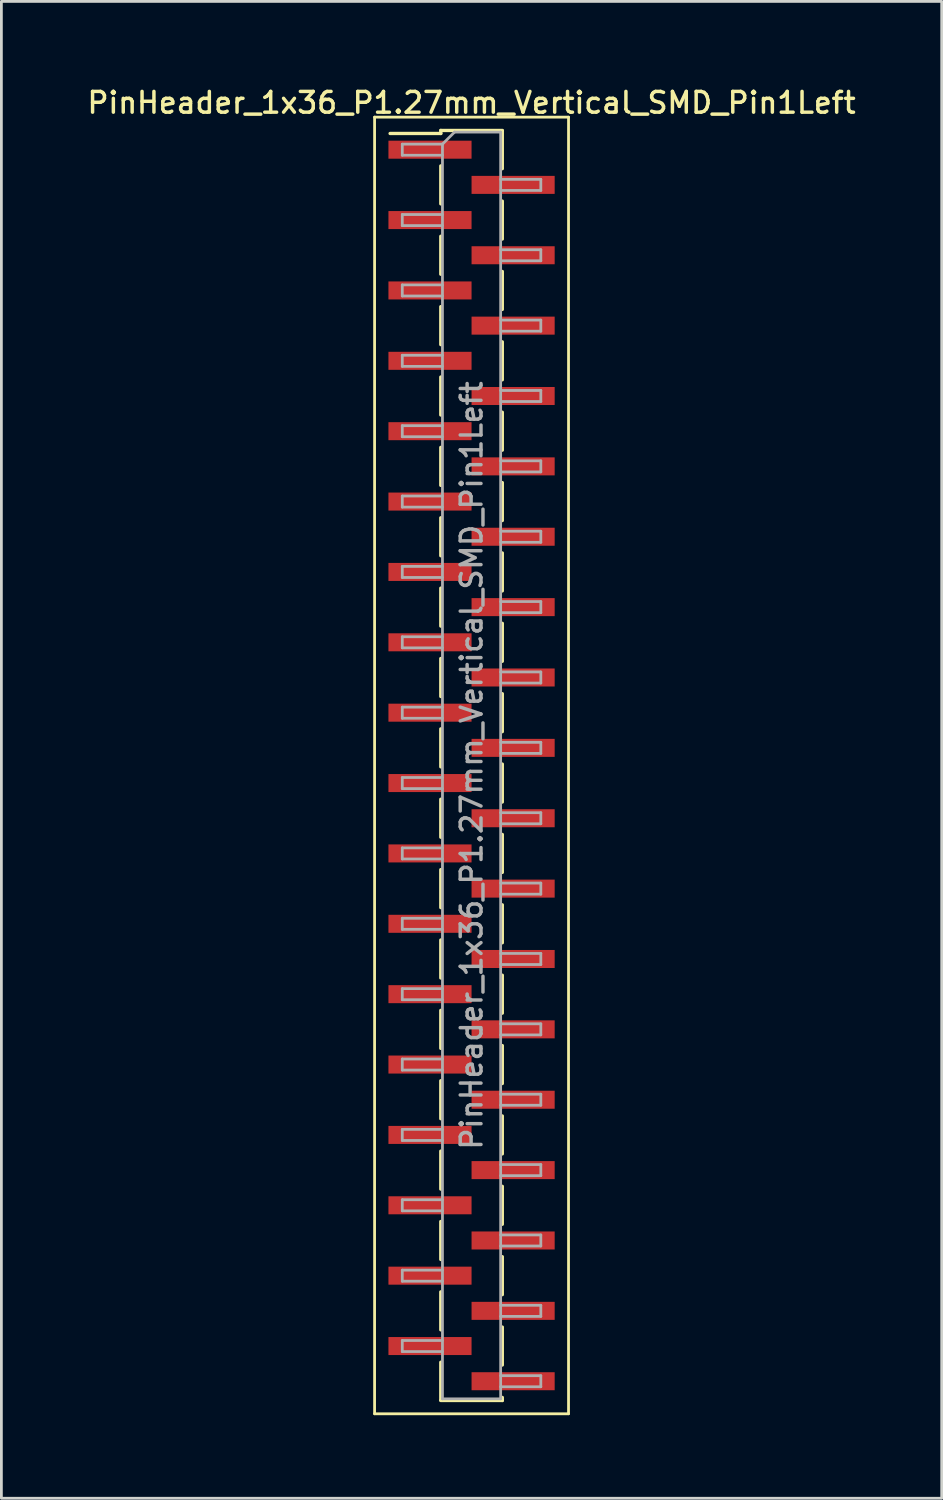
<source format=kicad_pcb>
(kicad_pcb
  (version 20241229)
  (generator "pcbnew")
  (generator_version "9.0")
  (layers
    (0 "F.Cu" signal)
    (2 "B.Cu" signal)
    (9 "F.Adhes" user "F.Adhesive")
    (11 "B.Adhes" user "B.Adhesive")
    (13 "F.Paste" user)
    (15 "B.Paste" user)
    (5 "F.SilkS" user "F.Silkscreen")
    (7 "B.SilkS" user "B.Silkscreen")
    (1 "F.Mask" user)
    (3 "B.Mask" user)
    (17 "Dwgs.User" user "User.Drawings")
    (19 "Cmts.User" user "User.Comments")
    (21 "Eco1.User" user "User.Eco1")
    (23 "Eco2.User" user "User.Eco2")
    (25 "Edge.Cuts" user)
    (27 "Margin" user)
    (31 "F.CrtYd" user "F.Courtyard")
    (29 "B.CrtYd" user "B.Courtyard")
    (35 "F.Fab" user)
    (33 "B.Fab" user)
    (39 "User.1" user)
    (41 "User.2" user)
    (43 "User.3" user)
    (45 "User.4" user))
  (footprint "PinHeader_1x36_P1.27mm_Vertical_SMD_Pin1Left"
    (layer "F.Cu")
    (at 13.97 24.578)
    (property "Reference" "PinHeader_1x36_P1.27mm_Vertical_SMD_Pin1Left" (at 0 -23.92 0) (layer "F.SilkS") (effects (font (size 0.75 0.75) (thickness 0.125))))
    (attr smd)
    (fp_line (start -3.5 -23.4) (end -3.5 23.4) (stroke (width 0.1) (type solid)) (layer "F.SilkS"))
    (fp_line (start -3.5 23.4) (end 3.5 23.4) (stroke (width 0.1) (type solid)) (layer "F.SilkS"))
    (fp_line (start -1.11 -22.92) (end -1.11 -22.81) (stroke (width 0.12) (type solid)) (layer "F.SilkS"))
    (fp_line (start -1.11 -22.92) (end 1.11 -22.92) (stroke (width 0.12) (type solid)) (layer "F.SilkS"))
    (fp_line (start -1.11 -22.81) (end -2.94 -22.81) (stroke (width 0.12) (type solid)) (layer "F.SilkS"))
    (fp_line (start -1.11 -21.64) (end -1.11 -20.27) (stroke (width 0.12) (type solid)) (layer "F.SilkS"))
    (fp_line (start -1.11 -19.1) (end -1.11 -17.73) (stroke (width 0.12) (type solid)) (layer "F.SilkS"))
    (fp_line (start -1.11 -16.56) (end -1.11 -15.19) (stroke (width 0.12) (type solid)) (layer "F.SilkS"))
    (fp_line (start -1.11 -14.02) (end -1.11 -12.65) (stroke (width 0.12) (type solid)) (layer "F.SilkS"))
    (fp_line (start -1.11 -11.48) (end -1.11 -10.11) (stroke (width 0.12) (type solid)) (layer "F.SilkS"))
    (fp_line (start -1.11 -8.94) (end -1.11 -7.57) (stroke (width 0.12) (type solid)) (layer "F.SilkS"))
    (fp_line (start -1.11 -6.4) (end -1.11 -5.03) (stroke (width 0.12) (type solid)) (layer "F.SilkS"))
    (fp_line (start -1.11 -3.86) (end -1.11 -2.49) (stroke (width 0.12) (type solid)) (layer "F.SilkS"))
    (fp_line (start -1.11 -1.32) (end -1.11 0.05) (stroke (width 0.12) (type solid)) (layer "F.SilkS"))
    (fp_line (start -1.11 1.22) (end -1.11 2.59) (stroke (width 0.12) (type solid)) (layer "F.SilkS"))
    (fp_line (start -1.11 3.76) (end -1.11 5.13) (stroke (width 0.12) (type solid)) (layer "F.SilkS"))
    (fp_line (start -1.11 6.3) (end -1.11 7.67) (stroke (width 0.12) (type solid)) (layer "F.SilkS"))
    (fp_line (start -1.11 8.84) (end -1.11 10.21) (stroke (width 0.12) (type solid)) (layer "F.SilkS"))
    (fp_line (start -1.11 11.38) (end -1.11 12.75) (stroke (width 0.12) (type solid)) (layer "F.SilkS"))
    (fp_line (start -1.11 13.92) (end -1.11 15.29) (stroke (width 0.12) (type solid)) (layer "F.SilkS"))
    (fp_line (start -1.11 16.46) (end -1.11 17.83) (stroke (width 0.12) (type solid)) (layer "F.SilkS"))
    (fp_line (start -1.11 19) (end -1.11 20.37) (stroke (width 0.12) (type solid)) (layer "F.SilkS"))
    (fp_line (start -1.11 21.54) (end -1.11 22.91) (stroke (width 0.12) (type solid)) (layer "F.SilkS"))
    (fp_line (start -1.11 22.92) (end 1.11 22.92) (stroke (width 0.12) (type solid)) (layer "F.SilkS"))
    (fp_line (start 1.11 -22.91) (end 1.11 -21.54) (stroke (width 0.12) (type solid)) (layer "F.SilkS"))
    (fp_line (start 1.11 -20.37) (end 1.11 -19) (stroke (width 0.12) (type solid)) (layer "F.SilkS"))
    (fp_line (start 1.11 -17.83) (end 1.11 -16.46) (stroke (width 0.12) (type solid)) (layer "F.SilkS"))
    (fp_line (start 1.11 -15.29) (end 1.11 -13.92) (stroke (width 0.12) (type solid)) (layer "F.SilkS"))
    (fp_line (start 1.11 -12.75) (end 1.11 -11.38) (stroke (width 0.12) (type solid)) (layer "F.SilkS"))
    (fp_line (start 1.11 -10.21) (end 1.11 -8.84) (stroke (width 0.12) (type solid)) (layer "F.SilkS"))
    (fp_line (start 1.11 -7.67) (end 1.11 -6.3) (stroke (width 0.12) (type solid)) (layer "F.SilkS"))
    (fp_line (start 1.11 -5.13) (end 1.11 -3.76) (stroke (width 0.12) (type solid)) (layer "F.SilkS"))
    (fp_line (start 1.11 -2.59) (end 1.11 -1.22) (stroke (width 0.12) (type solid)) (layer "F.SilkS"))
    (fp_line (start 1.11 -0.05) (end 1.11 1.32) (stroke (width 0.12) (type solid)) (layer "F.SilkS"))
    (fp_line (start 1.11 2.49) (end 1.11 3.86) (stroke (width 0.12) (type solid)) (layer "F.SilkS"))
    (fp_line (start 1.11 5.03) (end 1.11 6.4) (stroke (width 0.12) (type solid)) (layer "F.SilkS"))
    (fp_line (start 1.11 7.57) (end 1.11 8.94) (stroke (width 0.12) (type solid)) (layer "F.SilkS"))
    (fp_line (start 1.11 10.11) (end 1.11 11.48) (stroke (width 0.12) (type solid)) (layer "F.SilkS"))
    (fp_line (start 1.11 12.65) (end 1.11 14.02) (stroke (width 0.12) (type solid)) (layer "F.SilkS"))
    (fp_line (start 1.11 15.19) (end 1.11 16.56) (stroke (width 0.12) (type solid)) (layer "F.SilkS"))
    (fp_line (start 1.11 17.73) (end 1.11 19.1) (stroke (width 0.12) (type solid)) (layer "F.SilkS"))
    (fp_line (start 1.11 20.27) (end 1.11 21.64) (stroke (width 0.12) (type solid)) (layer "F.SilkS"))
    (fp_line (start 1.11 22.81) (end 1.11 22.92) (stroke (width 0.12) (type solid)) (layer "F.SilkS"))
    (fp_line (start 3.5 -23.4) (end -3.5 -23.4) (stroke (width 0.1) (type solid)) (layer "F.SilkS"))
    (fp_line (start 3.5 23.4) (end 3.5 -23.4) (stroke (width 0.1) (type solid)) (layer "F.SilkS"))
    (fp_line (start -2.5 -22.425) (end -2.5 -22.025) (stroke (width 0.1) (type solid)) (layer "F.Fab"))
    (fp_line (start -2.5 -22.025) (end -1.05 -22.025) (stroke (width 0.1) (type solid)) (layer "F.Fab"))
    (fp_line (start -2.5 -19.885) (end -2.5 -19.485) (stroke (width 0.1) (type solid)) (layer "F.Fab"))
    (fp_line (start -2.5 -19.485) (end -1.05 -19.485) (stroke (width 0.1) (type solid)) (layer "F.Fab"))
    (fp_line (start -2.5 -17.345) (end -2.5 -16.945) (stroke (width 0.1) (type solid)) (layer "F.Fab"))
    (fp_line (start -2.5 -16.945) (end -1.05 -16.945) (stroke (width 0.1) (type solid)) (layer "F.Fab"))
    (fp_line (start -2.5 -14.805) (end -2.5 -14.405) (stroke (width 0.1) (type solid)) (layer "F.Fab"))
    (fp_line (start -2.5 -14.405) (end -1.05 -14.405) (stroke (width 0.1) (type solid)) (layer "F.Fab"))
    (fp_line (start -2.5 -12.265) (end -2.5 -11.865) (stroke (width 0.1) (type solid)) (layer "F.Fab"))
    (fp_line (start -2.5 -11.865) (end -1.05 -11.865) (stroke (width 0.1) (type solid)) (layer "F.Fab"))
    (fp_line (start -2.5 -9.725) (end -2.5 -9.325) (stroke (width 0.1) (type solid)) (layer "F.Fab"))
    (fp_line (start -2.5 -9.325) (end -1.05 -9.325) (stroke (width 0.1) (type solid)) (layer "F.Fab"))
    (fp_line (start -2.5 -7.185) (end -2.5 -6.785) (stroke (width 0.1) (type solid)) (layer "F.Fab"))
    (fp_line (start -2.5 -6.785) (end -1.05 -6.785) (stroke (width 0.1) (type solid)) (layer "F.Fab"))
    (fp_line (start -2.5 -4.645) (end -2.5 -4.245) (stroke (width 0.1) (type solid)) (layer "F.Fab"))
    (fp_line (start -2.5 -4.245) (end -1.05 -4.245) (stroke (width 0.1) (type solid)) (layer "F.Fab"))
    (fp_line (start -2.5 -2.105) (end -2.5 -1.705) (stroke (width 0.1) (type solid)) (layer "F.Fab"))
    (fp_line (start -2.5 -1.705) (end -1.05 -1.705) (stroke (width 0.1) (type solid)) (layer "F.Fab"))
    (fp_line (start -2.5 0.435) (end -2.5 0.835) (stroke (width 0.1) (type solid)) (layer "F.Fab"))
    (fp_line (start -2.5 0.835) (end -1.05 0.835) (stroke (width 0.1) (type solid)) (layer "F.Fab"))
    (fp_line (start -2.5 2.975) (end -2.5 3.375) (stroke (width 0.1) (type solid)) (layer "F.Fab"))
    (fp_line (start -2.5 3.375) (end -1.05 3.375) (stroke (width 0.1) (type solid)) (layer "F.Fab"))
    (fp_line (start -2.5 5.515) (end -2.5 5.915) (stroke (width 0.1) (type solid)) (layer "F.Fab"))
    (fp_line (start -2.5 5.915) (end -1.05 5.915) (stroke (width 0.1) (type solid)) (layer "F.Fab"))
    (fp_line (start -2.5 8.055) (end -2.5 8.455) (stroke (width 0.1) (type solid)) (layer "F.Fab"))
    (fp_line (start -2.5 8.455) (end -1.05 8.455) (stroke (width 0.1) (type solid)) (layer "F.Fab"))
    (fp_line (start -2.5 10.595) (end -2.5 10.995) (stroke (width 0.1) (type solid)) (layer "F.Fab"))
    (fp_line (start -2.5 10.995) (end -1.05 10.995) (stroke (width 0.1) (type solid)) (layer "F.Fab"))
    (fp_line (start -2.5 13.135) (end -2.5 13.535) (stroke (width 0.1) (type solid)) (layer "F.Fab"))
    (fp_line (start -2.5 13.535) (end -1.05 13.535) (stroke (width 0.1) (type solid)) (layer "F.Fab"))
    (fp_line (start -2.5 15.675) (end -2.5 16.075) (stroke (width 0.1) (type solid)) (layer "F.Fab"))
    (fp_line (start -2.5 16.075) (end -1.05 16.075) (stroke (width 0.1) (type solid)) (layer "F.Fab"))
    (fp_line (start -2.5 18.215) (end -2.5 18.615) (stroke (width 0.1) (type solid)) (layer "F.Fab"))
    (fp_line (start -2.5 18.615) (end -1.05 18.615) (stroke (width 0.1) (type solid)) (layer "F.Fab"))
    (fp_line (start -2.5 20.755) (end -2.5 21.155) (stroke (width 0.1) (type solid)) (layer "F.Fab"))
    (fp_line (start -2.5 21.155) (end -1.05 21.155) (stroke (width 0.1) (type solid)) (layer "F.Fab"))
    (fp_line (start -1.05 -22.425) (end -2.5 -22.425) (stroke (width 0.1) (type solid)) (layer "F.Fab"))
    (fp_line (start -1.05 -22.425) (end -0.615 -22.86) (stroke (width 0.1) (type solid)) (layer "F.Fab"))
    (fp_line (start -1.05 -19.885) (end -2.5 -19.885) (stroke (width 0.1) (type solid)) (layer "F.Fab"))
    (fp_line (start -1.05 -17.345) (end -2.5 -17.345) (stroke (width 0.1) (type solid)) (layer "F.Fab"))
    (fp_line (start -1.05 -14.805) (end -2.5 -14.805) (stroke (width 0.1) (type solid)) (layer "F.Fab"))
    (fp_line (start -1.05 -12.265) (end -2.5 -12.265) (stroke (width 0.1) (type solid)) (layer "F.Fab"))
    (fp_line (start -1.05 -9.725) (end -2.5 -9.725) (stroke (width 0.1) (type solid)) (layer "F.Fab"))
    (fp_line (start -1.05 -7.185) (end -2.5 -7.185) (stroke (width 0.1) (type solid)) (layer "F.Fab"))
    (fp_line (start -1.05 -4.645) (end -2.5 -4.645) (stroke (width 0.1) (type solid)) (layer "F.Fab"))
    (fp_line (start -1.05 -2.105) (end -2.5 -2.105) (stroke (width 0.1) (type solid)) (layer "F.Fab"))
    (fp_line (start -1.05 0.435) (end -2.5 0.435) (stroke (width 0.1) (type solid)) (layer "F.Fab"))
    (fp_line (start -1.05 2.975) (end -2.5 2.975) (stroke (width 0.1) (type solid)) (layer "F.Fab"))
    (fp_line (start -1.05 5.515) (end -2.5 5.515) (stroke (width 0.1) (type solid)) (layer "F.Fab"))
    (fp_line (start -1.05 8.055) (end -2.5 8.055) (stroke (width 0.1) (type solid)) (layer "F.Fab"))
    (fp_line (start -1.05 10.595) (end -2.5 10.595) (stroke (width 0.1) (type solid)) (layer "F.Fab"))
    (fp_line (start -1.05 13.135) (end -2.5 13.135) (stroke (width 0.1) (type solid)) (layer "F.Fab"))
    (fp_line (start -1.05 15.675) (end -2.5 15.675) (stroke (width 0.1) (type solid)) (layer "F.Fab"))
    (fp_line (start -1.05 18.215) (end -2.5 18.215) (stroke (width 0.1) (type solid)) (layer "F.Fab"))
    (fp_line (start -1.05 20.755) (end -2.5 20.755) (stroke (width 0.1) (type solid)) (layer "F.Fab"))
    (fp_line (start -1.05 22.86) (end -1.05 -22.425) (stroke (width 0.1) (type solid)) (layer "F.Fab"))
    (fp_line (start -0.615 -22.86) (end 1.05 -22.86) (stroke (width 0.1) (type solid)) (layer "F.Fab"))
    (fp_line (start 1.05 -22.86) (end 1.05 22.86) (stroke (width 0.1) (type solid)) (layer "F.Fab"))
    (fp_line (start 1.05 -21.155) (end 2.5 -21.155) (stroke (width 0.1) (type solid)) (layer "F.Fab"))
    (fp_line (start 1.05 -18.615) (end 2.5 -18.615) (stroke (width 0.1) (type solid)) (layer "F.Fab"))
    (fp_line (start 1.05 -16.075) (end 2.5 -16.075) (stroke (width 0.1) (type solid)) (layer "F.Fab"))
    (fp_line (start 1.05 -13.535) (end 2.5 -13.535) (stroke (width 0.1) (type solid)) (layer "F.Fab"))
    (fp_line (start 1.05 -10.995) (end 2.5 -10.995) (stroke (width 0.1) (type solid)) (layer "F.Fab"))
    (fp_line (start 1.05 -8.455) (end 2.5 -8.455) (stroke (width 0.1) (type solid)) (layer "F.Fab"))
    (fp_line (start 1.05 -5.915) (end 2.5 -5.915) (stroke (width 0.1) (type solid)) (layer "F.Fab"))
    (fp_line (start 1.05 -3.375) (end 2.5 -3.375) (stroke (width 0.1) (type solid)) (layer "F.Fab"))
    (fp_line (start 1.05 -0.835) (end 2.5 -0.835) (stroke (width 0.1) (type solid)) (layer "F.Fab"))
    (fp_line (start 1.05 1.705) (end 2.5 1.705) (stroke (width 0.1) (type solid)) (layer "F.Fab"))
    (fp_line (start 1.05 4.245) (end 2.5 4.245) (stroke (width 0.1) (type solid)) (layer "F.Fab"))
    (fp_line (start 1.05 6.785) (end 2.5 6.785) (stroke (width 0.1) (type solid)) (layer "F.Fab"))
    (fp_line (start 1.05 9.325) (end 2.5 9.325) (stroke (width 0.1) (type solid)) (layer "F.Fab"))
    (fp_line (start 1.05 11.865) (end 2.5 11.865) (stroke (width 0.1) (type solid)) (layer "F.Fab"))
    (fp_line (start 1.05 14.405) (end 2.5 14.405) (stroke (width 0.1) (type solid)) (layer "F.Fab"))
    (fp_line (start 1.05 16.945) (end 2.5 16.945) (stroke (width 0.1) (type solid)) (layer "F.Fab"))
    (fp_line (start 1.05 19.485) (end 2.5 19.485) (stroke (width 0.1) (type solid)) (layer "F.Fab"))
    (fp_line (start 1.05 22.025) (end 2.5 22.025) (stroke (width 0.1) (type solid)) (layer "F.Fab"))
    (fp_line (start 1.05 22.86) (end -1.05 22.86) (stroke (width 0.1) (type solid)) (layer "F.Fab"))
    (fp_line (start 2.5 -21.155) (end 2.5 -20.755) (stroke (width 0.1) (type solid)) (layer "F.Fab"))
    (fp_line (start 2.5 -20.755) (end 1.05 -20.755) (stroke (width 0.1) (type solid)) (layer "F.Fab"))
    (fp_line (start 2.5 -18.615) (end 2.5 -18.215) (stroke (width 0.1) (type solid)) (layer "F.Fab"))
    (fp_line (start 2.5 -18.215) (end 1.05 -18.215) (stroke (width 0.1) (type solid)) (layer "F.Fab"))
    (fp_line (start 2.5 -16.075) (end 2.5 -15.675) (stroke (width 0.1) (type solid)) (layer "F.Fab"))
    (fp_line (start 2.5 -15.675) (end 1.05 -15.675) (stroke (width 0.1) (type solid)) (layer "F.Fab"))
    (fp_line (start 2.5 -13.535) (end 2.5 -13.135) (stroke (width 0.1) (type solid)) (layer "F.Fab"))
    (fp_line (start 2.5 -13.135) (end 1.05 -13.135) (stroke (width 0.1) (type solid)) (layer "F.Fab"))
    (fp_line (start 2.5 -10.995) (end 2.5 -10.595) (stroke (width 0.1) (type solid)) (layer "F.Fab"))
    (fp_line (start 2.5 -10.595) (end 1.05 -10.595) (stroke (width 0.1) (type solid)) (layer "F.Fab"))
    (fp_line (start 2.5 -8.455) (end 2.5 -8.055) (stroke (width 0.1) (type solid)) (layer "F.Fab"))
    (fp_line (start 2.5 -8.055) (end 1.05 -8.055) (stroke (width 0.1) (type solid)) (layer "F.Fab"))
    (fp_line (start 2.5 -5.915) (end 2.5 -5.515) (stroke (width 0.1) (type solid)) (layer "F.Fab"))
    (fp_line (start 2.5 -5.515) (end 1.05 -5.515) (stroke (width 0.1) (type solid)) (layer "F.Fab"))
    (fp_line (start 2.5 -3.375) (end 2.5 -2.975) (stroke (width 0.1) (type solid)) (layer "F.Fab"))
    (fp_line (start 2.5 -2.975) (end 1.05 -2.975) (stroke (width 0.1) (type solid)) (layer "F.Fab"))
    (fp_line (start 2.5 -0.835) (end 2.5 -0.435) (stroke (width 0.1) (type solid)) (layer "F.Fab"))
    (fp_line (start 2.5 -0.435) (end 1.05 -0.435) (stroke (width 0.1) (type solid)) (layer "F.Fab"))
    (fp_line (start 2.5 1.705) (end 2.5 2.105) (stroke (width 0.1) (type solid)) (layer "F.Fab"))
    (fp_line (start 2.5 2.105) (end 1.05 2.105) (stroke (width 0.1) (type solid)) (layer "F.Fab"))
    (fp_line (start 2.5 4.245) (end 2.5 4.645) (stroke (width 0.1) (type solid)) (layer "F.Fab"))
    (fp_line (start 2.5 4.645) (end 1.05 4.645) (stroke (width 0.1) (type solid)) (layer "F.Fab"))
    (fp_line (start 2.5 6.785) (end 2.5 7.185) (stroke (width 0.1) (type solid)) (layer "F.Fab"))
    (fp_line (start 2.5 7.185) (end 1.05 7.185) (stroke (width 0.1) (type solid)) (layer "F.Fab"))
    (fp_line (start 2.5 9.325) (end 2.5 9.725) (stroke (width 0.1) (type solid)) (layer "F.Fab"))
    (fp_line (start 2.5 9.725) (end 1.05 9.725) (stroke (width 0.1) (type solid)) (layer "F.Fab"))
    (fp_line (start 2.5 11.865) (end 2.5 12.265) (stroke (width 0.1) (type solid)) (layer "F.Fab"))
    (fp_line (start 2.5 12.265) (end 1.05 12.265) (stroke (width 0.1) (type solid)) (layer "F.Fab"))
    (fp_line (start 2.5 14.405) (end 2.5 14.805) (stroke (width 0.1) (type solid)) (layer "F.Fab"))
    (fp_line (start 2.5 14.805) (end 1.05 14.805) (stroke (width 0.1) (type solid)) (layer "F.Fab"))
    (fp_line (start 2.5 16.945) (end 2.5 17.345) (stroke (width 0.1) (type solid)) (layer "F.Fab"))
    (fp_line (start 2.5 17.345) (end 1.05 17.345) (stroke (width 0.1) (type solid)) (layer "F.Fab"))
    (fp_line (start 2.5 19.485) (end 2.5 19.885) (stroke (width 0.1) (type solid)) (layer "F.Fab"))
    (fp_line (start 2.5 19.885) (end 1.05 19.885) (stroke (width 0.1) (type solid)) (layer "F.Fab"))
    (fp_line (start 2.5 22.025) (end 2.5 22.425) (stroke (width 0.1) (type solid)) (layer "F.Fab"))
    (fp_line (start 2.5 22.425) (end 1.05 22.425) (stroke (width 0.1) (type solid)) (layer "F.Fab"))
    (fp_text user "${REFERENCE}" (at 0 0 90) (layer "F.Fab") (effects (font (size 0.75 0.75) (thickness 0.125))))
    (pad "1" smd rect (at -1.5 -22.225) (size 3 0.65) (layers "F.Cu" "F.Mask" "F.Paste"))
    (pad "2" smd rect (at 1.5 -20.955) (size 3 0.65) (layers "F.Cu" "F.Mask" "F.Paste"))
    (pad "3" smd rect (at -1.5 -19.685) (size 3 0.65) (layers "F.Cu" "F.Mask" "F.Paste"))
    (pad "4" smd rect (at 1.5 -18.415) (size 3 0.65) (layers "F.Cu" "F.Mask" "F.Paste"))
    (pad "5" smd rect (at -1.5 -17.145) (size 3 0.65) (layers "F.Cu" "F.Mask" "F.Paste"))
    (pad "6" smd rect (at 1.5 -15.875) (size 3 0.65) (layers "F.Cu" "F.Mask" "F.Paste"))
    (pad "7" smd rect (at -1.5 -14.605) (size 3 0.65) (layers "F.Cu" "F.Mask" "F.Paste"))
    (pad "8" smd rect (at 1.5 -13.335) (size 3 0.65) (layers "F.Cu" "F.Mask" "F.Paste"))
    (pad "9" smd rect (at -1.5 -12.065) (size 3 0.65) (layers "F.Cu" "F.Mask" "F.Paste"))
    (pad "10" smd rect (at 1.5 -10.795) (size 3 0.65) (layers "F.Cu" "F.Mask" "F.Paste"))
    (pad "11" smd rect (at -1.5 -9.525) (size 3 0.65) (layers "F.Cu" "F.Mask" "F.Paste"))
    (pad "12" smd rect (at 1.5 -8.255) (size 3 0.65) (layers "F.Cu" "F.Mask" "F.Paste"))
    (pad "13" smd rect (at -1.5 -6.985) (size 3 0.65) (layers "F.Cu" "F.Mask" "F.Paste"))
    (pad "14" smd rect (at 1.5 -5.715) (size 3 0.65) (layers "F.Cu" "F.Mask" "F.Paste"))
    (pad "15" smd rect (at -1.5 -4.445) (size 3 0.65) (layers "F.Cu" "F.Mask" "F.Paste"))
    (pad "16" smd rect (at 1.5 -3.175) (size 3 0.65) (layers "F.Cu" "F.Mask" "F.Paste"))
    (pad "17" smd rect (at -1.5 -1.905) (size 3 0.65) (layers "F.Cu" "F.Mask" "F.Paste"))
    (pad "18" smd rect (at 1.5 -0.635) (size 3 0.65) (layers "F.Cu" "F.Mask" "F.Paste"))
    (pad "19" smd rect (at -1.5 0.635) (size 3 0.65) (layers "F.Cu" "F.Mask" "F.Paste"))
    (pad "20" smd rect (at 1.5 1.905) (size 3 0.65) (layers "F.Cu" "F.Mask" "F.Paste"))
    (pad "21" smd rect (at -1.5 3.175) (size 3 0.65) (layers "F.Cu" "F.Mask" "F.Paste"))
    (pad "22" smd rect (at 1.5 4.445) (size 3 0.65) (layers "F.Cu" "F.Mask" "F.Paste"))
    (pad "23" smd rect (at -1.5 5.715) (size 3 0.65) (layers "F.Cu" "F.Mask" "F.Paste"))
    (pad "24" smd rect (at 1.5 6.985) (size 3 0.65) (layers "F.Cu" "F.Mask" "F.Paste"))
    (pad "25" smd rect (at -1.5 8.255) (size 3 0.65) (layers "F.Cu" "F.Mask" "F.Paste"))
    (pad "26" smd rect (at 1.5 9.525) (size 3 0.65) (layers "F.Cu" "F.Mask" "F.Paste"))
    (pad "27" smd rect (at -1.5 10.795) (size 3 0.65) (layers "F.Cu" "F.Mask" "F.Paste"))
    (pad "28" smd rect (at 1.5 12.065) (size 3 0.65) (layers "F.Cu" "F.Mask" "F.Paste"))
    (pad "29" smd rect (at -1.5 13.335) (size 3 0.65) (layers "F.Cu" "F.Mask" "F.Paste"))
    (pad "30" smd rect (at 1.5 14.605) (size 3 0.65) (layers "F.Cu" "F.Mask" "F.Paste"))
    (pad "31" smd rect (at -1.5 15.875) (size 3 0.65) (layers "F.Cu" "F.Mask" "F.Paste"))
    (pad "32" smd rect (at 1.5 17.145) (size 3 0.65) (layers "F.Cu" "F.Mask" "F.Paste"))
    (pad "33" smd rect (at -1.5 18.415) (size 3 0.65) (layers "F.Cu" "F.Mask" "F.Paste"))
    (pad "34" smd rect (at 1.5 19.685) (size 3 0.65) (layers "F.Cu" "F.Mask" "F.Paste"))
    (pad "35" smd rect (at -1.5 20.955) (size 3 0.65) (layers "F.Cu" "F.Mask" "F.Paste"))
    (pad "36" smd rect (at 1.5 22.225) (size 3 0.65) (layers "F.Cu" "F.Mask" "F.Paste")))
  (gr_rect
    (start -3 -3)
    (end 30.939 51.028)
    (stroke (width 0.1) (type default))
    (fill no)
    (layer "Edge.Cuts")))
</source>
